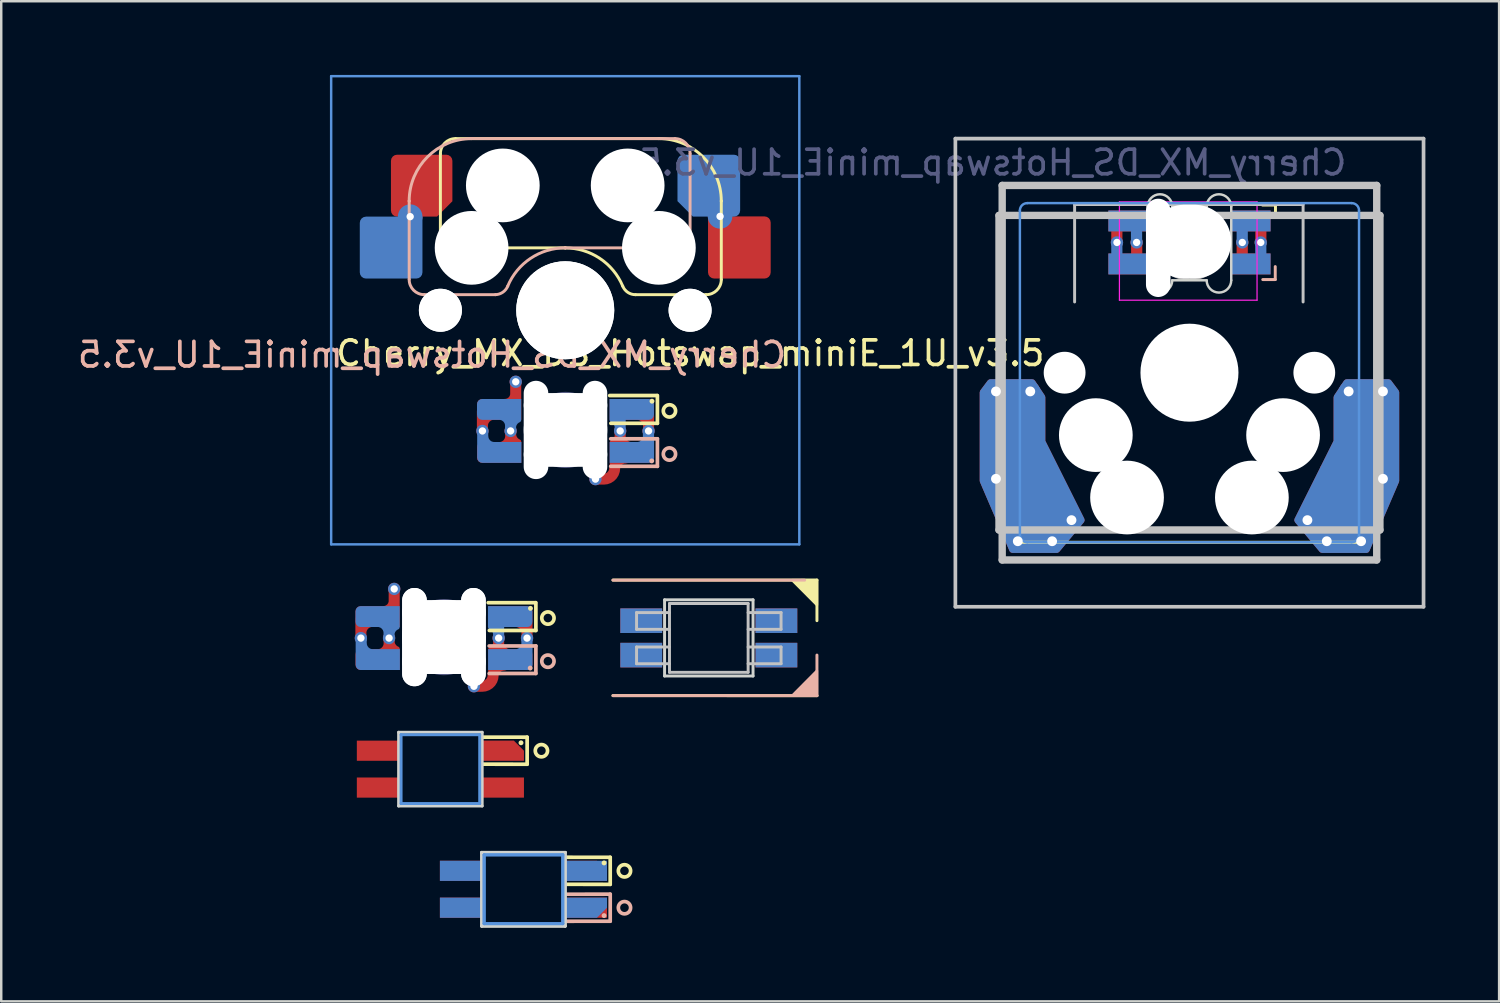
<source format=kicad_pcb>
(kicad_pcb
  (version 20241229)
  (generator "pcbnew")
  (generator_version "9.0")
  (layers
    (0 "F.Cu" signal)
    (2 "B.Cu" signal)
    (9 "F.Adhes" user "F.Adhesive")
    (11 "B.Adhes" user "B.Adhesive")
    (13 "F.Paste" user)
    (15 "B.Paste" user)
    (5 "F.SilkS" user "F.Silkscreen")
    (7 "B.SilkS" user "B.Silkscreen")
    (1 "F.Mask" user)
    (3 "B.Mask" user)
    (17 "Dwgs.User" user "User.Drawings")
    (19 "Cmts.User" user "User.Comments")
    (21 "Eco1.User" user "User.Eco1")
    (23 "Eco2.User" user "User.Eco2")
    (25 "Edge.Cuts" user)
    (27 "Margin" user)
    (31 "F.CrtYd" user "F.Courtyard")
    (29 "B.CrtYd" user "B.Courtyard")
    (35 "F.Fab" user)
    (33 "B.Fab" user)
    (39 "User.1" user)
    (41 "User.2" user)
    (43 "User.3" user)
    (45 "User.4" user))
  (footprint "Cherry_MX_DS_Hotswap_miniE_1U_v3.5"
    (layer "F.Cu")
    (at 19.95 9.575)
    (property "Reference" "Cherry_MX_DS_Hotswap_miniE_1U_v3.5" (at -5.42 1.81 0) (layer "B.SilkS") (effects (font (size 1 1) (thickness 0.15)) (justify mirror)))
    (attr through_hole)
    (fp_poly (pts (xy 23.65 7.34) (xy 22.15 7.34) (xy 22.15 6.59) (xy 23.65 6.59)) (stroke (width 0.1) (type solid)) (fill yes) (layer "F.Mask"))
    (fp_poly (pts (xy 28.65 7.34) (xy 27.15 7.34) (xy 27.15 6.59) (xy 28.65 6.59)) (stroke (width 0.1) (type solid)) (fill yes) (layer "F.Mask"))
    (fp_poly (pts (xy 28.65 9.09) (xy 27.15 9.09) (xy 27.15 8.34) (xy 28.65 8.34)) (stroke (width 0.1) (type solid)) (fill yes) (layer "F.Mask"))
    (fp_poly (pts (xy 23.65 9.09) (xy 22.55 9.09) (xy 22.15 8.69) (xy 22.15 8.34) (xy 23.65 8.34)) (stroke (width 0.1) (type solid)) (fill yes) (layer "F.Mask"))
    (fp_poly (pts (xy 23.65 9.09) (xy 22.15 9.09) (xy 22.15 8.34) (xy 23.65 8.34)) (stroke (width 0.1) (type solid)) (fill yes) (layer "B.Mask"))
    (fp_poly (pts (xy 28.65 7.34) (xy 27.15 7.34) (xy 27.15 6.59) (xy 28.65 6.59)) (stroke (width 0.1) (type solid)) (fill yes) (layer "B.Mask"))
    (fp_poly (pts (xy 28.65 9.09) (xy 27.15 9.09) (xy 27.15 8.34) (xy 28.65 8.34)) (stroke (width 0.1) (type solid)) (fill yes) (layer "B.Mask"))
    (fp_poly (pts (xy 23.65 7.34) (xy 22.15 7.34) (xy 22.15 7.015) (xy 22.55 6.59) (xy 23.65 6.59)) (stroke (width 0.1) (type solid)) (fill yes) (layer "B.Mask"))
    (fp_line (start -5.08 -6.36) (end -5.08 -2.54) (stroke (width 0.12) (type solid)) (layer "F.SilkS"))
    (fp_line (start -5.08 -2.54) (end -5.08 -2.54) (stroke (width 0.12) (type solid)) (layer "F.SilkS"))
    (fp_line (start -5.08 -2.54) (end -5.08 -2.54) (stroke (width 0.12) (type solid)) (layer "F.SilkS"))
    (fp_line (start -4.46 -6.985) (end 3.81 -6.985) (stroke (width 0.12) (type solid)) (layer "F.SilkS"))
    (fp_line (start -3.35 17.37) (end -1.55 17.372) (stroke (width 0.15) (type solid)) (layer "F.SilkS"))
    (fp_line (start -3.135 11.899) (end -1.211 11.899) (stroke (width 0.15) (type solid)) (layer "F.SilkS"))
    (fp_line (start -1.55 17.372) (end -1.55 18.472) (stroke (width 0.15) (type solid)) (layer "F.SilkS"))
    (fp_line (start -1.55 18.472) (end -3.354 18.47) (stroke (width 0.15) (type solid)) (layer "F.SilkS"))
    (fp_line (start -1.195 11.899) (end -1.195 13.029) (stroke (width 0.15) (type solid)) (layer "F.SilkS"))
    (fp_line (start -1.195 13.029) (end -3.089 13.029) (stroke (width 0.15) (type solid)) (layer "F.SilkS"))
    (fp_line (start 0 -2.54) (end -5.08 -2.54) (stroke (width 0.12) (type solid)) (layer "F.SilkS"))
    (fp_line (start 0 -2.54) (end 0 -2.54) (stroke (width 0.12) (type solid)) (layer "F.SilkS"))
    (fp_line (start 0.03 22.258) (end 1.83 22.26) (stroke (width 0.15) (type solid)) (layer "F.SilkS"))
    (fp_line (start 1.81 3.47) (end 3.734 3.47) (stroke (width 0.15) (type solid)) (layer "F.SilkS"))
    (fp_line (start 1.83 22.26) (end 1.83 23.36) (stroke (width 0.15) (type solid)) (layer "F.SilkS"))
    (fp_line (start 1.83 23.36) (end 0.026 23.358) (stroke (width 0.15) (type solid)) (layer "F.SilkS"))
    (fp_line (start 1.942 10.979) (end 10.242 10.979) (stroke (width 0.12) (type solid)) (layer "F.SilkS"))
    (fp_line (start 2.86 -0.635) (end 5.72 -0.635) (stroke (width 0.12) (type solid)) (layer "F.SilkS"))
    (fp_line (start 3.75 3.47) (end 3.75 4.6) (stroke (width 0.15) (type solid)) (layer "F.SilkS"))
    (fp_line (start 3.75 4.6) (end 1.856 4.6) (stroke (width 0.15) (type solid)) (layer "F.SilkS"))
    (fp_line (start 3.81 -6.985) (end 3.81 -6.985) (stroke (width 0.12) (type solid)) (layer "F.SilkS"))
    (fp_line (start 6.35 -4.445) (end 6.35 -4.445) (stroke (width 0.12) (type solid)) (layer "F.SilkS"))
    (fp_line (start 6.35 -1.25) (end 6.35 -4.445) (stroke (width 0.12) (type solid)) (layer "F.SilkS"))
    (fp_line (start 10.242 10.979) (end 10.242 12.63) (stroke (width 0.12) (type solid)) (layer "F.SilkS"))
    (fp_line (start 10.242 15.682) (end 1.942 15.679) (stroke (width 0.12) (type solid)) (layer "F.SilkS"))
    (fp_line (start 18.5 9.44) (end 32.3 9.44) (stroke (width 0.12) (type solid)) (layer "F.SilkS"))
    (fp_line (start 28.9 -4.281) (end 28.372 -4.281) (stroke (width 0.12) (type solid)) (layer "F.SilkS"))
    (fp_line (start 28.9 -3.773) (end 28.9 -4.281) (stroke (width 0.12) (type solid)) (layer "F.SilkS"))
    (fp_arc (start -5.08 -6.37) (mid -4.899871 -6.804871) (end -4.465 -6.985) (stroke (width 0.12) (type default)) (layer "F.SilkS"))
    (fp_arc (start 0 -2.536928) (mid 1.405313 -2.11213) (end 2.34 -0.98) (stroke (width 0.12) (type solid)) (layer "F.SilkS"))
    (fp_arc (start 2.859999 -0.633863) (mid 2.547381 -0.727883) (end 2.34 -0.98) (stroke (width 0.12) (type default)) (layer "F.SilkS"))
    (fp_arc (start 3.81 -6.985) (mid 5.606051 -6.241051) (end 6.35 -4.445) (stroke (width 0.12) (type solid)) (layer "F.SilkS"))
    (fp_arc (start 6.350129 -1.25) (mid 6.169985 -0.815144) (end 5.735129 -0.635) (stroke (width 0.12) (type default)) (layer "F.SilkS"))
    (fp_circle (center -1.8 17.6) (end -1.7 17.6) (stroke (width 0) (type solid)) (fill yes) (layer "F.SilkS"))
    (fp_circle (center -1.415 12.129) (end -1.315 12.129) (stroke (width 0) (type solid)) (fill yes) (layer "F.SilkS"))
    (fp_circle (center -0.97 17.922) (end -0.72 17.922) (stroke (width 0.15) (type default)) (fill no) (layer "F.SilkS"))
    (fp_circle (center -0.705 12.524) (end -0.455 12.524) (stroke (width 0.15) (type default)) (fill no) (layer "F.SilkS"))
    (fp_circle (center 1.58 22.488) (end 1.68 22.488) (stroke (width 0) (type solid)) (fill yes) (layer "F.SilkS"))
    (fp_circle (center 2.41 22.81) (end 2.66 22.81) (stroke (width 0.15) (type default)) (fill no) (layer "F.SilkS"))
    (fp_circle (center 3.53 3.7) (end 3.63 3.7) (stroke (width 0) (type solid)) (fill yes) (layer "F.SilkS"))
    (fp_circle (center 4.24 4.095) (end 4.49 4.095) (stroke (width 0.15) (type default)) (fill no) (layer "F.SilkS"))
    (fp_poly (pts (xy 9.234 10.982) (xy 10.242 10.979) (xy 10.242 11.995)) (stroke (width 0.1) (type solid)) (fill yes) (layer "F.SilkS"))
    (fp_line (start -6.35 -4.445) (end -6.35 -4.445) (stroke (width 0.12) (type solid)) (layer "B.SilkS"))
    (fp_line (start -6.35 -4.445) (end -6.35 -1.26) (stroke (width 0.12) (type solid)) (layer "B.SilkS"))
    (fp_line (start -5.73 -0.635) (end -2.84 -0.635) (stroke (width 0.12) (type solid)) (layer "B.SilkS"))
    (fp_line (start -3.81 -6.985) (end -3.81 -6.985) (stroke (width 0.12) (type solid)) (layer "B.SilkS"))
    (fp_line (start -3.81 -6.985) (end 4.46 -6.985) (stroke (width 0.12) (type solid)) (layer "B.SilkS"))
    (fp_line (start -1.195 13.659) (end -3.095 13.659) (stroke (width 0.15) (type solid)) (layer "B.SilkS"))
    (fp_line (start -1.195 13.659) (end -1.195 14.779) (stroke (width 0.15) (type solid)) (layer "B.SilkS"))
    (fp_line (start -1.195 14.779) (end -3.095 14.779) (stroke (width 0.15) (type solid)) (layer "B.SilkS"))
    (fp_line (start 0 -2.54) (end 0 -2.54) (stroke (width 0.12) (type solid)) (layer "B.SilkS"))
    (fp_line (start 0 -2.54) (end 5.08 -2.54) (stroke (width 0.12) (type solid)) (layer "B.SilkS"))
    (fp_line (start 0.03 24.862) (end 1.83 24.86) (stroke (width 0.15) (type solid)) (layer "B.SilkS"))
    (fp_line (start 1.83 23.76) (end 0.026 23.762) (stroke (width 0.15) (type solid)) (layer "B.SilkS"))
    (fp_line (start 1.83 24.86) (end 1.83 23.76) (stroke (width 0.15) (type solid)) (layer "B.SilkS"))
    (fp_line (start 1.942 15.682) (end 10.242 15.682) (stroke (width 0.12) (type solid)) (layer "B.SilkS"))
    (fp_line (start 3.75 5.23) (end 1.85 5.23) (stroke (width 0.15) (type solid)) (layer "B.SilkS"))
    (fp_line (start 3.75 5.23) (end 3.75 6.35) (stroke (width 0.15) (type solid)) (layer "B.SilkS"))
    (fp_line (start 3.75 6.35) (end 1.85 6.35) (stroke (width 0.15) (type solid)) (layer "B.SilkS"))
    (fp_line (start 5.08 -6.37) (end 5.08 -2.54) (stroke (width 0.12) (type solid)) (layer "B.SilkS"))
    (fp_line (start 5.08 -2.54) (end 5.08 -2.54) (stroke (width 0.12) (type solid)) (layer "B.SilkS"))
    (fp_line (start 5.08 -2.54) (end 5.08 -2.54) (stroke (width 0.12) (type solid)) (layer "B.SilkS"))
    (fp_line (start 9.742 10.982) (end 1.942 10.982) (stroke (width 0.12) (type solid)) (layer "B.SilkS"))
    (fp_line (start 10.242 15.682) (end 10.242 14.031) (stroke (width 0.12) (type solid)) (layer "B.SilkS"))
    (fp_line (start 28.383 -1.249) (end 28.891 -1.249) (stroke (width 0.12) (type solid)) (layer "B.SilkS"))
    (fp_line (start 28.891 -1.249) (end 28.891 -1.777) (stroke (width 0.12) (type solid)) (layer "B.SilkS"))
    (fp_arc (start -6.35 -4.445) (mid -5.606051 -6.241051) (end -3.81 -6.985) (stroke (width 0.12) (type solid)) (layer "B.SilkS"))
    (fp_arc (start -5.735 -0.635) (mid -6.169871 -0.815129) (end -6.35 -1.25) (stroke (width 0.12) (type default)) (layer "B.SilkS"))
    (fp_arc (start -2.34 -0.983072) (mid -1.405313 -2.115202) (end 0 -2.54) (stroke (width 0.12) (type solid)) (layer "B.SilkS"))
    (fp_arc (start -2.34 -0.980845) (mid -2.539137 -0.734326) (end -2.840072 -0.635) (stroke (width 0.12) (type default)) (layer "B.SilkS"))
    (fp_arc (start 4.465129 -6.985) (mid 4.899999 -6.80487) (end 5.080129 -6.37) (stroke (width 0.12) (type default)) (layer "B.SilkS"))
    (fp_circle (center -1.425 14.559) (end -1.525 14.559) (stroke (width 0) (type solid)) (fill yes) (layer "B.SilkS"))
    (fp_circle (center -0.705 14.279) (end -0.955 14.279) (stroke (width 0.15) (type default)) (fill no) (layer "B.SilkS"))
    (fp_circle (center 1.58 24.632) (end 1.68 24.632) (stroke (width 0) (type solid)) (fill yes) (layer "B.SilkS"))
    (fp_circle (center 2.41 24.31) (end 2.66 24.31) (stroke (width 0.15) (type default)) (fill no) (layer "B.SilkS"))
    (fp_circle (center 3.52 6.13) (end 3.42 6.13) (stroke (width 0) (type solid)) (fill yes) (layer "B.SilkS"))
    (fp_circle (center 4.24 5.85) (end 3.99 5.85) (stroke (width 0.15) (type default)) (fill no) (layer "B.SilkS"))
    (fp_poly (pts (xy 10.242 14.666) (xy 10.242 15.682) (xy 9.234 15.682)) (stroke (width 0.1) (type solid)) (fill yes) (layer "B.SilkS"))
    (fp_line (start -5.235 13.299) (end -4.635 13.299) (stroke (width 0.12) (type solid)) (layer "Dwgs.User"))
    (fp_line (start -4.935 12.999) (end -4.935 13.599) (stroke (width 0.12) (type solid)) (layer "Dwgs.User"))
    (fp_line (start -0.29 4.87) (end 0.31 4.87) (stroke (width 0.12) (type solid)) (layer "Dwgs.User"))
    (fp_line (start 0.01 4.57) (end 0.01 5.17) (stroke (width 0.12) (type solid)) (layer "Dwgs.User"))
    (fp_line (start 2.902 12.302) (end 2.902 12.982) (stroke (width 0.12) (type solid)) (layer "Dwgs.User"))
    (fp_line (start 2.902 12.982) (end 4.242 12.982) (stroke (width 0.12) (type solid)) (layer "Dwgs.User"))
    (fp_line (start 2.902 13.702) (end 2.902 14.382) (stroke (width 0.12) (type solid)) (layer "Dwgs.User"))
    (fp_line (start 2.902 14.382) (end 4.242 14.382) (stroke (width 0.12) (type solid)) (layer "Dwgs.User"))
    (fp_line (start 4.242 12.302) (end 2.902 12.302) (stroke (width 0.12) (type solid)) (layer "Dwgs.User"))
    (fp_line (start 4.242 13.702) (end 2.902 13.702) (stroke (width 0.12) (type solid)) (layer "Dwgs.User"))
    (fp_line (start 4.242 14.732) (end 4.242 11.932) (stroke (width 0.12) (type solid)) (layer "Dwgs.User"))
    (fp_line (start 7.442 11.932) (end 4.242 11.932) (stroke (width 0.12) (type solid)) (layer "Dwgs.User"))
    (fp_line (start 7.442 12.982) (end 8.782 12.982) (stroke (width 0.12) (type solid)) (layer "Dwgs.User"))
    (fp_line (start 7.442 14.382) (end 8.782 14.382) (stroke (width 0.12) (type solid)) (layer "Dwgs.User"))
    (fp_line (start 7.442 14.732) (end 4.242 14.732) (stroke (width 0.12) (type solid)) (layer "Dwgs.User"))
    (fp_line (start 7.442 14.732) (end 7.442 11.932) (stroke (width 0.12) (type solid)) (layer "Dwgs.User"))
    (fp_line (start 8.782 12.302) (end 7.442 12.302) (stroke (width 0.12) (type solid)) (layer "Dwgs.User"))
    (fp_line (start 8.782 12.982) (end 8.782 12.302) (stroke (width 0.12) (type solid)) (layer "Dwgs.User"))
    (fp_line (start 8.782 13.702) (end 7.442 13.702) (stroke (width 0.12) (type solid)) (layer "Dwgs.User"))
    (fp_line (start 8.782 14.382) (end 8.782 13.702) (stroke (width 0.12) (type solid)) (layer "Dwgs.User"))
    (fp_line (start 15.875 -6.985) (end 34.925 -6.985) (stroke (width 0.15) (type solid)) (layer "Dwgs.User"))
    (fp_line (start 15.875 12.065) (end 15.875 -6.985) (stroke (width 0.15) (type solid)) (layer "Dwgs.User"))
    (fp_line (start 17.65 -3.86) (end 17.65 8.94) (stroke (width 0.3) (type solid)) (layer "Dwgs.User"))
    (fp_line (start 17.65 8.94) (end 33.15 8.94) (stroke (width 0.3) (type solid)) (layer "Dwgs.User"))
    (fp_line (start 17.78 -5.08) (end 33.02 -5.08) (stroke (width 0.3) (type solid)) (layer "Dwgs.User"))
    (fp_line (start 17.78 10.16) (end 17.78 -5.08) (stroke (width 0.3) (type solid)) (layer "Dwgs.User"))
    (fp_line (start 20.727 -4.302) (end 20.727 -0.339) (stroke (width 0.12) (type solid)) (layer "Dwgs.User"))
    (fp_line (start 25.1 -2.72) (end 25.7 -2.72) (stroke (width 0.12) (type solid)) (layer "Dwgs.User"))
    (fp_line (start 25.4 -2.42) (end 25.4 -3.02) (stroke (width 0.12) (type solid)) (layer "Dwgs.User"))
    (fp_line (start 30.024 -4.302) (end 20.727 -4.302) (stroke (width 0.12) (type solid)) (layer "Dwgs.User"))
    (fp_line (start 30.024 -4.302) (end 30.024 -0.339) (stroke (width 0.12) (type solid)) (layer "Dwgs.User"))
    (fp_line (start 33.02 -5.08) (end 33.02 10.16) (stroke (width 0.3) (type solid)) (layer "Dwgs.User"))
    (fp_line (start 33.02 10.16) (end 17.78 10.16) (stroke (width 0.3) (type solid)) (layer "Dwgs.User"))
    (fp_line (start 33.15 -3.86) (end 17.65 -3.86) (stroke (width 0.3) (type solid)) (layer "Dwgs.User"))
    (fp_line (start 33.15 -3.86) (end 33.15 8.94) (stroke (width 0.3) (type solid)) (layer "Dwgs.User"))
    (fp_line (start 34.925 -6.985) (end 34.925 12.065) (stroke (width 0.15) (type solid)) (layer "Dwgs.User"))
    (fp_line (start 34.925 12.065) (end 15.875 12.065) (stroke (width 0.15) (type solid)) (layer "Dwgs.User"))
    (fp_line (start -9.525 -9.525) (end -9.525 9.525) (stroke (width 0.1) (type solid)) (layer "Cmts.User"))
    (fp_line (start -6.68 17.272) (end -3.48 17.272) (stroke (width 0.12) (type solid)) (layer "Cmts.User"))
    (fp_line (start -6.68 20.072) (end -6.68 17.272) (stroke (width 0.12) (type solid)) (layer "Cmts.User"))
    (fp_line (start -3.48 17.272) (end -3.48 20.072) (stroke (width 0.12) (type solid)) (layer "Cmts.User"))
    (fp_line (start -3.48 20.072) (end -6.68 20.072) (stroke (width 0.12) (type solid)) (layer "Cmts.User"))
    (fp_line (start -3.3 22.16) (end -3.3 24.96) (stroke (width 0.12) (type solid)) (layer "Cmts.User"))
    (fp_line (start -3.3 22.16) (end -0.1 22.16) (stroke (width 0.12) (type solid)) (layer "Cmts.User"))
    (fp_line (start -3.3 24.96) (end -3.3 22.16) (stroke (width 0.12) (type solid)) (layer "Cmts.User"))
    (fp_line (start -3.3 24.96) (end -0.1 24.96) (stroke (width 0.12) (type solid)) (layer "Cmts.User"))
    (fp_line (start -0.1 22.16) (end -3.3 22.16) (stroke (width 0.12) (type solid)) (layer "Cmts.User"))
    (fp_line (start -0.1 22.16) (end -0.1 24.96) (stroke (width 0.12) (type solid)) (layer "Cmts.User"))
    (fp_line (start -0.1 24.96) (end -3.3 24.96) (stroke (width 0.12) (type solid)) (layer "Cmts.User"))
    (fp_line (start -0.1 24.96) (end -0.1 22.16) (stroke (width 0.12) (type solid)) (layer "Cmts.User"))
    (fp_line (start 9.525 -9.525) (end -9.525 -9.525) (stroke (width 0.1) (type solid)) (layer "Cmts.User"))
    (fp_line (start 9.525 -9.525) (end 9.525 9.525) (stroke (width 0.1) (type solid)) (layer "Cmts.User"))
    (fp_line (start 9.525 9.525) (end -9.525 9.525) (stroke (width 0.1) (type solid)) (layer "Cmts.User"))
    (fp_line (start 18.5 -4.06) (end 18.5 9.14) (stroke (width 0.1) (type solid)) (layer "Cmts.User"))
    (fp_line (start 18.8 9.44) (end 32 9.44) (stroke (width 0.1) (type solid)) (layer "Cmts.User"))
    (fp_line (start 32 -4.36) (end 18.8 -4.36) (stroke (width 0.1) (type solid)) (layer "Cmts.User"))
    (fp_line (start 32.3 9.14) (end 32.3 -4.06) (stroke (width 0.1) (type solid)) (layer "Cmts.User"))
    (fp_arc (start 18.5 -4.06) (mid 18.587868 -4.272132) (end 18.8 -4.36) (stroke (width 0.1) (type solid)) (layer "Cmts.User"))
    (fp_arc (start 18.8 9.44) (mid 18.587868 9.352132) (end 18.5 9.14) (stroke (width 0.1) (type solid)) (layer "Cmts.User"))
    (fp_arc (start 32 -4.36) (mid 32.212132 -4.272132) (end 32.3 -4.06) (stroke (width 0.1) (type solid)) (layer "Cmts.User"))
    (fp_arc (start 32.3 9.14) (mid 32.212132 9.352132) (end 32 9.44) (stroke (width 0.1) (type solid)) (layer "Cmts.User"))
    (fp_line (start 18.45 9.19) (end 18.45 -4.11) (stroke (width 0.1) (type solid)) (layer "Eco1.User"))
    (fp_line (start 18.75 9.49) (end 32.05 9.49) (stroke (width 0.1) (type solid)) (layer "Eco1.User"))
    (fp_line (start 32.05 -4.41) (end 18.75 -4.41) (stroke (width 0.1) (type solid)) (layer "Eco1.User"))
    (fp_line (start 32.35 9.19) (end 32.35 -4.11) (stroke (width 0.1) (type solid)) (layer "Eco1.User"))
    (fp_arc (start 18.45 -4.11) (mid 18.537868 -4.322132) (end 18.75 -4.41) (stroke (width 0.1) (type solid)) (layer "Eco1.User"))
    (fp_arc (start 18.75 9.49) (mid 18.537868 9.402132) (end 18.45 9.19) (stroke (width 0.1) (type solid)) (layer "Eco1.User"))
    (fp_arc (start 32.05 -4.41) (mid 32.262132 -4.322132) (end 32.35 -4.11) (stroke (width 0.1) (type solid)) (layer "Eco1.User"))
    (fp_arc (start 32.35 9.19) (mid 32.262132 9.402132) (end 32.05 9.49) (stroke (width 0.1) (type solid)) (layer "Eco1.User"))
    (fp_line (start 16.4 -6.46) (end 34.4 -6.46) (stroke (width 0.12) (type solid)) (layer "Eco2.User"))
    (fp_line (start 16.4 11.54) (end 16.4 -6.46) (stroke (width 0.12) (type solid)) (layer "Eco2.User"))
    (fp_line (start 34.4 -6.46) (end 34.4 11.54) (stroke (width 0.12) (type solid)) (layer "Eco2.User"))
    (fp_line (start 34.4 11.54) (end 16.4 11.54) (stroke (width 0.12) (type solid)) (layer "Eco2.User"))
    (fp_line (start -6.78 17.172) (end -3.38 17.172) (stroke (width 0.12) (type solid)) (layer "Edge.Cuts"))
    (fp_line (start -6.78 20.172) (end -6.78 17.172) (stroke (width 0.12) (type solid)) (layer "Edge.Cuts"))
    (fp_line (start -3.4 22.06) (end -3.4 25.06) (stroke (width 0.12) (type solid)) (layer "Edge.Cuts"))
    (fp_line (start -3.4 22.06) (end 0 22.06) (stroke (width 0.12) (type solid)) (layer "Edge.Cuts"))
    (fp_line (start -3.4 25.06) (end -3.4 22.06) (stroke (width 0.12) (type solid)) (layer "Edge.Cuts"))
    (fp_line (start -3.4 25.06) (end 0 25.06) (stroke (width 0.12) (type solid)) (layer "Edge.Cuts"))
    (fp_line (start -3.38 17.172) (end -3.38 20.172) (stroke (width 0.12) (type solid)) (layer "Edge.Cuts"))
    (fp_line (start -3.38 20.172) (end -6.78 20.172) (stroke (width 0.12) (type solid)) (layer "Edge.Cuts"))
    (fp_line (start 0 22.06) (end -3.4 22.06) (stroke (width 0.12) (type solid)) (layer "Edge.Cuts"))
    (fp_line (start 0 22.06) (end 0 25.06) (stroke (width 0.12) (type solid)) (layer "Edge.Cuts"))
    (fp_line (start 0 25.06) (end -3.4 25.06) (stroke (width 0.12) (type solid)) (layer "Edge.Cuts"))
    (fp_line (start 0 25.06) (end 0 22.06) (stroke (width 0.12) (type solid)) (layer "Edge.Cuts"))
    (fp_line (start 4.042 11.782) (end 4.042 14.882) (stroke (width 0.12) (type solid)) (layer "Edge.Cuts"))
    (fp_line (start 4.042 14.882) (end 7.642 14.882) (stroke (width 0.12) (type solid)) (layer "Edge.Cuts"))
    (fp_line (start 7.642 11.782) (end 4.042 11.782) (stroke (width 0.12) (type solid)) (layer "Edge.Cuts"))
    (fp_line (start 7.642 14.882) (end 7.642 11.782) (stroke (width 0.12) (type solid)) (layer "Edge.Cuts"))
    (fp_line (start 23.7 -4.22) (end 23.7 -1.22) (stroke (width 0.1) (type solid)) (layer "Edge.Cuts"))
    (fp_line (start 24.7 -4.22) (end 26.1 -4.22) (stroke (width 0.1) (type solid)) (layer "Edge.Cuts"))
    (fp_line (start 24.7 -1.22) (end 26.1 -1.22) (stroke (width 0.1) (type solid)) (layer "Edge.Cuts"))
    (fp_line (start 27.1 -1.22) (end 27.1 -4.22) (stroke (width 0.1) (type solid)) (layer "Edge.Cuts"))
    (fp_arc (start 23.7 -4.22) (mid 24.2 -4.72) (end 24.7 -4.22) (stroke (width 0.1) (type solid)) (layer "Edge.Cuts"))
    (fp_arc (start 24.7 -1.22) (mid 24.2 -0.72) (end 23.7 -1.22) (stroke (width 0.1) (type solid)) (layer "Edge.Cuts"))
    (fp_arc (start 26.1 -4.22) (mid 26.6 -4.72) (end 27.1 -4.22) (stroke (width 0.1) (type solid)) (layer "Edge.Cuts"))
    (fp_arc (start 27.1 -1.22) (mid 26.6 -0.72) (end 26.1 -1.22) (stroke (width 0.1) (type solid)) (layer "Edge.Cuts"))
    (fp_line (start 22.55 -4.41) (end 22.55 -0.41) (stroke (width 0.05) (type solid)) (layer "F.CrtYd"))
    (fp_line (start 22.55 -0.41) (end 28.15 -0.41) (stroke (width 0.05) (type solid)) (layer "F.CrtYd"))
    (fp_line (start 28.15 -4.41) (end 22.55 -4.41) (stroke (width 0.05) (type solid)) (layer "F.CrtYd"))
    (fp_line (start 28.15 -0.41) (end 28.15 -4.41) (stroke (width 0.05) (type solid)) (layer "F.CrtYd"))
    (fp_circle (center -4.935 13.299) (end -4.935 14.799) (stroke (width 0.1) (type solid)) (fill no) (layer "B.Fab"))
    (fp_circle (center 0.01 4.87) (end 0.01 6.37) (stroke (width 0.1) (type solid)) (fill no) (layer "B.Fab"))
    (fp_circle (center 25.4 -2.76) (end 25.4 -4.26) (stroke (width 0.1) (type solid)) (fill no) (layer "F.Fab"))
    (fp_rect (start 7 -7) (end -7 7) (stroke (width 0.12) (type default)) (fill no) (layer "User.4"))
    (fp_text user "${REFERENCE}" (at 5.09 1.75 0) (layer "F.SilkS") (effects (font (size 1 1) (thickness 0.15))))
    (fp_text user "${REFERENCE}" (at 17.375 -6.01 180) (layer "B.Fab") (effects (font (size 1 1) (thickness 0.15)) (justify mirror)))
    (pad "" smd roundrect (at -7.625 14.214 180) (size 1.82 0.85) (layers "F.Mask") (roundrect_rratio 0.25) (chamfer_ratio 0) (chamfer top_left bottom_left))
    (pad "" smd roundrect (at -7.625 12.464) (size 1.82 0.85) (layers "B.Mask") (roundrect_rratio 0.25) (chamfer_ratio 0) (chamfer top_right bottom_right))
    (pad "" smd roundrect (at -7.625 12.464 180) (size 1.82 0.84) (layers "F.Mask") (roundrect_rratio 0.25) (chamfer_ratio 0) (chamfer top_left bottom_left))
    (pad "" smd roundrect (at -7.62 14.224) (size 1.83 0.85) (layers "B.Mask") (roundrect_rratio 0.25) (chamfer_ratio 0) (chamfer top_right bottom_right))
    (pad "" np_thru_hole oval (at -6.135 13.299) (size 1 4) (drill oval 1 4) (layers "*.Cu" "*.Mask"))
    (pad "" np_thru_hole oval (at -6.135 13.299) (size 1 4) (drill oval 1 4) (layers "*.Cu" "*.Mask"))
    (pad "" np_thru_hole circle (at -5.08 0) (size 1.75 1.75) (drill 1.75) (layers "*.Cu" "*.Mask"))
    (pad "" np_thru_hole circle (at -5.08 0) (size 1.75 1.75) (drill 1.75) (layers "*.Cu" "*.Mask"))
    (pad "" np_thru_hole oval (at -4.935 12.299 90) (size 1 3.4) (drill oval 1 3.4) (layers "*.Cu" "*.Mask"))
    (pad "" np_thru_hole oval (at -4.935 12.299 90) (size 1 3.4) (drill oval 1 3.4) (layers "*.Cu" "*.Mask"))
    (pad "" np_thru_hole oval (at -4.935 13.299 90) (size 3 3.4) (drill oval 3 3.4) (layers "*.Cu" "*.Mask"))
    (pad "" np_thru_hole oval (at -4.935 13.299 90) (size 3 3.4) (drill oval 3 3.4) (layers "*.Cu" "*.Mask"))
    (pad "" np_thru_hole oval (at -4.935 14.299 90) (size 1 3.4) (drill oval 1 3.4) (layers "*.Cu" "*.Mask"))
    (pad "" np_thru_hole oval (at -4.935 14.299 90) (size 1 3.4) (drill oval 1 3.4) (layers "*.Cu" "*.Mask"))
    (pad "" np_thru_hole circle (at -3.81 -2.54) (size 3 3) (drill 3) (layers "*.Cu" "*.Mask"))
    (pad "" np_thru_hole oval (at -3.735 13.299) (size 1 4) (drill oval 1 4) (layers "*.Cu" "*.Mask"))
    (pad "" np_thru_hole oval (at -3.735 13.299) (size 1 4) (drill oval 1 4) (layers "*.Cu" "*.Mask"))
    (pad "" smd roundrect (at -2.68 5.785 180) (size 1.82 0.85) (layers "F.Mask") (roundrect_rratio 0.25) (chamfer_ratio 0) (chamfer top_left bottom_left))
    (pad "" smd roundrect (at -2.68 4.035) (size 1.82 0.85) (layers "B.Mask") (roundrect_rratio 0.25) (chamfer_ratio 0) (chamfer top_right bottom_right))
    (pad "" smd roundrect (at -2.68 4.035 180) (size 1.82 0.84) (layers "F.Mask") (roundrect_rratio 0.25) (chamfer_ratio 0) (chamfer top_left bottom_left))
    (pad "" smd roundrect (at -2.675 5.795) (size 1.83 0.85) (layers "B.Mask") (roundrect_rratio 0.25) (chamfer_ratio 0) (chamfer top_right bottom_right))
    (pad "" np_thru_hole circle (at -2.54 -5.08) (size 3 3) (drill 3) (layers "*.Cu" "*.Mask"))
    (pad "" smd rect (at -2.465 14.219 180) (size 1.38 0.84) (layers "B.Mask"))
    (pad "" smd rect (at -2.465 12.459) (size 1.38 0.84) (layers "F.Mask"))
    (pad "" smd roundrect (at -2.25 12.464 180) (size 1.83 0.85) (layers "B.Mask") (roundrect_rratio 0.25) (chamfer_ratio 0) (chamfer top_right bottom_right))
    (pad "" smd roundrect (at -2.245 14.209) (size 1.82 0.84) (layers "F.Mask") (roundrect_rratio 0.25) (chamfer_ratio 0) (chamfer top_left bottom_left))
    (pad "" smd roundrect (at -2.08 14.219 180) (size 1.49 0.84) (layers "B.Mask") (roundrect_rratio 0.25) (chamfer_ratio 0.5) (chamfer top_left))
    (pad "" smd roundrect (at -2.08 12.459) (size 1.49 0.84) (layers "F.Mask") (roundrect_rratio 0.25) (chamfer_ratio 0.5) (chamfer top_right))
    (pad "" np_thru_hole oval (at -1.19 4.87) (size 1 4) (drill oval 1 4) (layers "*.Cu" "*.Mask"))
    (pad "" np_thru_hole circle (at 0 0) (size 3.988 3.988) (drill 3.988) (layers "*.Cu" "*.Mask"))
    (pad "" np_thru_hole circle (at 0 0) (size 3.988 3.988) (drill 3.988) (layers "*.Cu" "*.Mask"))
    (pad "" np_thru_hole oval (at 0.01 3.87 90) (size 1 3.4) (drill oval 1 3.4) (layers "*.Cu" "*.Mask"))
    (pad "" np_thru_hole oval (at 0.01 4.87 90) (size 3 3.4) (drill oval 3 3.4) (layers "*.Cu" "*.Mask"))
    (pad "" np_thru_hole oval (at 0.01 5.87 90) (size 1 3.4) (drill oval 1 3.4) (layers "*.Cu" "*.Mask"))
    (pad "" np_thru_hole oval (at 1.21 4.87) (size 1 4) (drill oval 1 4) (layers "*.Cu" "*.Mask"))
    (pad "" smd rect (at 2.48 5.79 180) (size 1.38 0.84) (layers "B.Mask"))
    (pad "" smd rect (at 2.48 4.03) (size 1.38 0.84) (layers "F.Mask"))
    (pad "" np_thru_hole circle (at 2.54 -5.08) (size 3 3) (drill 3) (layers "*.Cu" "*.Mask"))
    (pad "" smd roundrect (at 2.695 4.035 180) (size 1.83 0.85) (layers "B.Mask") (roundrect_rratio 0.25) (chamfer_ratio 0) (chamfer top_right bottom_right))
    (pad "" smd roundrect (at 2.7 5.78) (size 1.82 0.84) (layers "F.Mask") (roundrect_rratio 0.25) (chamfer_ratio 0) (chamfer top_left bottom_left))
    (pad "" smd roundrect (at 2.865 5.79 180) (size 1.49 0.84) (layers "B.Mask") (roundrect_rratio 0.25) (chamfer_ratio 0.5) (chamfer top_left))
    (pad "" smd roundrect (at 2.865 4.03) (size 1.49 0.84) (layers "F.Mask") (roundrect_rratio 0.25) (chamfer_ratio 0.5) (chamfer top_right))
    (pad "" np_thru_hole circle (at 3.81 -2.54) (size 3 3) (drill 3) (layers "*.Cu" "*.Mask"))
    (pad "" np_thru_hole circle (at 5.08 0) (size 1.75 1.75) (drill 1.75) (layers "*.Cu" "*.Mask"))
    (pad "" np_thru_hole circle (at 5.08 0) (size 1.75 1.75) (drill 1.75) (layers "*.Cu" "*.Mask"))
    (pad "" np_thru_hole circle (at 20.32 2.54 180) (size 1.702 1.702) (drill 1.702) (layers "*.Cu" "*.Mask"))
    (pad "" np_thru_hole circle (at 21.59 5.08 180) (size 3 3) (drill 3) (layers "*.Cu" "*.Mask"))
    (pad "" np_thru_hole circle (at 22.86 7.62 180) (size 3 3) (drill 3) (layers "*.Cu" "*.Mask"))
    (pad "" np_thru_hole oval (at 24.13 -2.54) (size 1 4) (drill oval 1 4) (layers "*.Cu" "*.Mask"))
    (pad "" np_thru_hole oval (at 25.4 -2.794 90) (size 3 3.4) (drill oval 3 3.4) (layers "*.Cu" "*.Mask"))
    (pad "" np_thru_hole circle (at 25.4 2.54 180) (size 3.988 3.988) (drill 3.988) (layers "*.Cu" "*.Mask"))
    (pad "" np_thru_hole circle (at 27.94 7.62 180) (size 3 3) (drill 3) (layers "*.Cu" "*.Mask"))
    (pad "" np_thru_hole circle (at 29.21 5.08 180) (size 3 3) (drill 3) (layers "*.Cu" "*.Mask"))
    (pad "" np_thru_hole circle (at 30.48 2.54 180) (size 1.7 1.7) (drill 1.7) (layers "*.Cu" "*.Mask"))
    (pad "1" smd custom (at -7.635 12.464 180) (size 0.85 0.85) (layers "B.Cu") (options (anchor circle)) (primitives (gr_arc (start 0 -0.225) (mid -0.311126 -0.353874) (end -0.44 -0.665) (width 0.4)) (gr_arc (start -0.588284 -0.744999) (mid -0.645593 -0.555573) (end -0.798298 -0.429684) (width 0.2)) (gr_line (start -0.466 -0.184) (end -0.466 -0.874) (width 0.45)) (gr_poly (pts (xy 0.9 -0.212) (xy 0.884 -0.294) (xy 0.838 -0.363) (xy 0.769 -0.409) (xy 0.688 -0.425) (xy -0.9 -0.425) (xy -0.9 0.425) (xy 0.688 0.425) (xy 0.769 0.409) (xy 0.838 0.363) (xy 0.884 0.294) (xy 0.9 0.212)) (width 0) (fill yes))))
    (pad "1" smd custom (at -7.635 14.214 180) (size 0.85 0.85) (layers "F.Cu") (options (anchor circle)) (primitives (gr_poly (pts (xy 0.9 -0.212) (xy 0.884 -0.294) (xy 0.838 -0.363) (xy 0.769 -0.409) (xy 0.688 -0.425) (xy -0.9 -0.425) (xy -0.9 0.425) (xy 0.688 0.425) (xy 0.769 0.409) (xy 0.838 0.363) (xy 0.884 0.294) (xy 0.9 0.212)) (width 0) (fill yes)) (gr_arc (start -0.445 0.665) (mid -0.316126 0.353874) (end -0.005 0.225) (width 0.4)) (gr_arc (start -0.802705 0.435002) (mid -0.650002 0.56089) (end -0.592691 0.750315) (width 0.2)) (gr_line (start -0.47 0.275) (end -0.47 0.875) (width 0.45))))
    (pad "1" smd rect (at -7.63 19.422) (size 1.7 0.82) (layers "F.Cu" "F.Mask" "F.Paste"))
    (pad "1" thru_hole circle (at -7.169 13.339) (size 0.5 0.5) (drill 0.3) (layers "*.Cu"))
    (pad "1" smd rect (at -4.25 22.81 180) (size 1.7 0.82) (layers "B.Cu" "B.Mask" "B.Paste"))
    (pad "1" smd rect (at -4.25 24.31) (size 1.7 0.82) (layers "F.Cu" "F.Mask" "F.Paste"))
    (pad "1" smd custom (at -2.69 4.035 180) (size 0.85 0.85) (layers "B.Cu") (options (anchor circle)) (primitives (gr_arc (start 0 -0.225) (mid -0.311126 -0.353874) (end -0.44 -0.665) (width 0.4)) (gr_arc (start -0.588284 -0.744999) (mid -0.645593 -0.555573) (end -0.798298 -0.429684) (width 0.2)) (gr_line (start -0.466 -0.184) (end -0.466 -0.874) (width 0.45)) (gr_poly (pts (xy 0.9 -0.212) (xy 0.884 -0.294) (xy 0.838 -0.363) (xy 0.769 -0.409) (xy 0.688 -0.425) (xy -0.9 -0.425) (xy -0.9 0.425) (xy 0.688 0.425) (xy 0.769 0.409) (xy 0.838 0.363) (xy 0.884 0.294) (xy 0.9 0.212)) (width 0) (fill yes))))
    (pad "1" smd custom (at -2.69 5.785 180) (size 0.85 0.85) (layers "F.Cu") (options (anchor circle)) (primitives (gr_poly (pts (xy 0.9 -0.212) (xy 0.884 -0.294) (xy 0.838 -0.363) (xy 0.769 -0.409) (xy 0.688 -0.425) (xy -0.9 -0.425) (xy -0.9 0.425) (xy 0.688 0.425) (xy 0.769 0.409) (xy 0.838 0.363) (xy 0.884 0.294) (xy 0.9 0.212)) (width 0) (fill yes)) (gr_arc (start -0.445 0.665) (mid -0.316126 0.353874) (end -0.005 0.225) (width 0.4)) (gr_arc (start -0.802705 0.435002) (mid -0.650002 0.56089) (end -0.592691 0.750315) (width 0.2)) (gr_line (start -0.47 0.275) (end -0.47 0.875) (width 0.45))))
    (pad "1" thru_hole circle (at -2.224 4.91) (size 0.5 0.5) (drill 0.3) (layers "*.Cu"))
    (pad "1" smd rect (at 3.092 12.632 180) (size 1.7 1) (layers "B.Cu" "B.Mask" "B.Paste"))
    (pad "1" smd rect (at 3.092 14.032 180) (size 1.7 1) (layers "F.Cu" "F.Mask" "F.Paste"))
    (pad "1" smd custom (at 22.9 -3.635) (size 1.6 0.85) (layers "B.Cu") (options (anchor rect)) (primitives (gr_poly (pts (xy 0.525 0.896) (xy 0.169 0.896) (xy 0.169 0.325) (xy 0.525 0.325)) (width 0.1) (fill yes))))
    (pad "1" smd custom (at 22.9 -1.885) (size 1.6 0.85) (layers "F.Cu") (options (anchor rect)) (primitives (gr_poly (pts (xy 0.531 -0.275) (xy 0.175 -0.275) (xy 0.175 -0.898) (xy 0.531 -0.898)) (width 0.1) (fill yes))))
    (pad "1" thru_hole circle (at 23.25 -2.76 180) (size 0.5 0.5) (drill 0.3) (layers "*.Cu"))
    (pad "2" thru_hole circle (at -8.315 13.339) (size 0.5 0.5) (drill 0.3) (layers "*.Cu"))
    (pad "2" smd custom (at -7.635 12.464) (size 0.85 0.85) (layers "F.Cu") (options (anchor circle)) (primitives (gr_poly (pts (xy 0.9 -0.425) (xy -0.688 -0.425) (xy -0.769 -0.409) (xy -0.838 -0.363) (xy -0.884 -0.294) (xy -0.9 -0.212) (xy -0.9 0.212) (xy -0.884 0.294) (xy -0.838 0.363) (xy -0.769 0.409) (xy -0.688 0.425) (xy 0.9 0.425)) (width 0) (fill yes)) (gr_line (start 0.675 -0.225) (end 0.675 -1.125) (width 0.45)) (gr_arc (start 0.675 -0.645) (mid 0.546126 -0.333874) (end 0.235 -0.205) (width 0.45)) (gr_line (start -0.68 0.075) (end -0.68 0.875) (width 0.45)) (gr_arc (start -0.655 0.665) (mid -0.526126 0.353874) (end -0.215 0.225) (width 0.4))))
    (pad "2" smd rect (at -7.63 17.922) (size 1.7 0.82) (layers "F.Cu" "F.Mask" "F.Paste"))
    (pad "2" smd custom (at -7.628 14.214) (size 0.85 0.85) (layers "B.Cu") (options (anchor circle)) (primitives (gr_arc (start -0.205874 -0.226126) (mid -0.517 -0.355) (end -0.645874 -0.666126) (width 0.4)) (gr_line (start -0.675 -0.135) (end -0.675 -0.875) (width 0.45)) (gr_poly (pts (xy 0.9 -0.425) (xy -0.9 -0.425) (xy -0.9 0.212) (xy -0.884 0.294) (xy -0.838 0.363) (xy -0.769 0.409) (xy -0.688 0.425) (xy 0.9 0.425)) (width 0) (fill yes))))
    (pad "2" thru_hole circle (at -6.96 11.339) (size 0.5 0.5) (drill 0.3) (layers "*.Cu"))
    (pad "2" smd rect (at -4.25 22.81) (size 1.7 0.82) (layers "F.Cu" "F.Mask" "F.Paste"))
    (pad "2" smd rect (at -4.25 24.31 180) (size 1.7 0.82) (layers "B.Cu" "B.Mask" "B.Paste"))
    (pad "2" thru_hole circle (at -3.37 4.91) (size 0.5 0.5) (drill 0.3) (layers "*.Cu"))
    (pad "2" smd custom (at -2.69 4.035) (size 0.85 0.85) (layers "F.Cu") (options (anchor circle)) (primitives (gr_poly (pts (xy 0.9 -0.425) (xy -0.688 -0.425) (xy -0.769 -0.409) (xy -0.838 -0.363) (xy -0.884 -0.294) (xy -0.9 -0.212) (xy -0.9 0.212) (xy -0.884 0.294) (xy -0.838 0.363) (xy -0.769 0.409) (xy -0.688 0.425) (xy 0.9 0.425)) (width 0) (fill yes)) (gr_line (start 0.675 -0.225) (end 0.675 -1.125) (width 0.45)) (gr_arc (start 0.675 -0.645) (mid 0.546126 -0.333874) (end 0.235 -0.205) (width 0.45)) (gr_line (start -0.68 0.075) (end -0.68 0.875) (width 0.45)) (gr_arc (start -0.655 0.665) (mid -0.526126 0.353874) (end -0.215 0.225) (width 0.4))))
    (pad "2" smd custom (at -2.683 5.785) (size 0.85 0.85) (layers "B.Cu") (options (anchor circle)) (primitives (gr_arc (start -0.205874 -0.226126) (mid -0.517 -0.355) (end -0.645874 -0.666126) (width 0.4)) (gr_line (start -0.675 -0.135) (end -0.675 -0.875) (width 0.45)) (gr_poly (pts (xy 0.9 -0.425) (xy -0.9 -0.425) (xy -0.9 0.212) (xy -0.884 0.294) (xy -0.838 0.363) (xy -0.769 0.409) (xy -0.688 0.425) (xy 0.9 0.425)) (width 0) (fill yes))))
    (pad "2" thru_hole circle (at -2.015 2.91) (size 0.5 0.5) (drill 0.3) (layers "*.Cu"))
    (pad "2" smd rect (at 3.092 12.632 180) (size 1.7 1) (layers "F.Cu" "F.Mask" "F.Paste"))
    (pad "2" smd rect (at 3.092 14.032 180) (size 1.7 1) (layers "B.Cu" "B.Mask" "B.Paste"))
    (pad "2" thru_hole circle (at 22.45 -2.76 180) (size 0.5 0.5) (drill 0.3) (layers "*.Cu"))
    (pad "2" smd custom (at 22.9 -3.635 180) (size 1.6 0.85) (layers "F.Cu") (options (anchor rect)) (primitives (gr_poly (pts (xy 0.632 -0.296) (xy 0.277 -0.296) (xy 0.277 -0.869) (xy 0.632 -0.869)) (width 0.1) (fill yes))))
    (pad "2" smd custom (at 22.9 -1.885 180) (size 1.6 0.85) (layers "B.Cu") (options (anchor rect)) (primitives (gr_poly (pts (xy 0.632 0.888) (xy 0.277 0.888) (xy 0.277 0.325) (xy 0.632 0.325)) (width 0.1) (fill yes))))
    (pad "3" smd roundrect (at -2.53 17.922) (size 1.7 0.82) (layers "F.Cu" "F.Mask" "F.Paste") (roundrect_rratio 0) (chamfer_ratio 0.5) (chamfer top_right))
    (pad "3" smd custom (at -2.235 12.464) (size 0.85 0.85) (layers "F.Cu") (options (anchor circle)) (primitives (gr_arc (start 0.215 0.225) (mid 0.526126 0.353874) (end 0.655 0.665) (width 0.4)) (gr_line (start 0.68 0.875) (end 0.68 0.275) (width 0.45)) (gr_poly (pts (xy -0.9 -0.425) (xy 0.688 -0.425) (xy 0.769 -0.409) (xy 0.838 -0.363) (xy 0.884 -0.294) (xy 0.9 -0.212) (xy 0.9 0.212) (xy 0.884 0.294) (xy 0.838 0.363) (xy 0.769 0.409) (xy 0.688 0.425) (xy -0.9 0.425)) (width 0) (fill yes))))
    (pad "3" smd custom (at -2.23 14.214) (size 0.85 0.85) (layers "B.Cu") (options (anchor circle)) (primitives (gr_arc (start 0.645 -0.665) (mid 0.516126 -0.353874) (end 0.205 -0.225) (width 0.4)) (gr_poly (pts (xy 0.494 -0.354) (xy 0.85 -0.354) (xy 0.85 -0.887) (xy 0.494 -0.887)) (width 0.1) (fill yes)) (gr_poly (pts (xy 0.9 -0.425) (xy -0.91 -0.425) (xy -0.91 0.425) (xy 0.688 0.425) (xy 0.769 0.409) (xy 0.838 0.363) (xy 0.884 0.294) (xy 0.9 0.212)) (width 0) (fill yes))))
    (pad "3" thru_hole circle (at -1.555 13.339) (size 0.5 0.5) (drill 0.3) (layers "*.Cu"))
    (pad "3" smd roundrect (at 0.85 22.81) (size 1.7 0.82) (layers "F.Cu" "F.Mask" "F.Paste") (roundrect_rratio 0) (chamfer_ratio 0.5) (chamfer top_right))
    (pad "3" smd roundrect (at 0.85 24.31 180) (size 1.7 0.82) (layers "B.Cu" "B.Mask" "B.Paste") (roundrect_rratio 0) (chamfer_ratio 0.5) (chamfer top_left))
    (pad "3" smd custom (at 2.71 4.035) (size 0.85 0.85) (layers "F.Cu") (options (anchor circle)) (primitives (gr_arc (start 0.215 0.225) (mid 0.526126 0.353874) (end 0.655 0.665) (width 0.4)) (gr_line (start 0.68 0.875) (end 0.68 0.275) (width 0.45)) (gr_poly (pts (xy -0.9 -0.425) (xy 0.688 -0.425) (xy 0.769 -0.409) (xy 0.838 -0.363) (xy 0.884 -0.294) (xy 0.9 -0.212) (xy 0.9 0.212) (xy 0.884 0.294) (xy 0.838 0.363) (xy 0.769 0.409) (xy 0.688 0.425) (xy -0.9 0.425)) (width 0) (fill yes))))
    (pad "3" smd custom (at 2.715 5.785) (size 0.85 0.85) (layers "B.Cu") (options (anchor circle)) (primitives (gr_arc (start 0.645 -0.665) (mid 0.516126 -0.353874) (end 0.205 -0.225) (width 0.4)) (gr_poly (pts (xy 0.494 -0.354) (xy 0.85 -0.354) (xy 0.85 -0.887) (xy 0.494 -0.887)) (width 0.1) (fill yes)) (gr_poly (pts (xy 0.9 -0.425) (xy -0.91 -0.425) (xy -0.91 0.425) (xy 0.688 0.425) (xy 0.769 0.409) (xy 0.838 0.363) (xy 0.884 0.294) (xy 0.9 0.212)) (width 0) (fill yes))))
    (pad "3" thru_hole circle (at 3.39 4.91) (size 0.5 0.5) (drill 0.3) (layers "*.Cu"))
    (pad "3" smd rect (at 8.592 12.632 180) (size 1.7 1) (layers "F.Cu" "F.Mask" "F.Paste"))
    (pad "3" smd rect (at 8.592 14.032 180) (size 1.7 1) (layers "B.Cu" "B.Mask" "B.Paste"))
    (pad "3" smd custom (at 27.9 -3.635 180) (size 1.6 0.85) (layers "F.Cu") (options (anchor rect)) (primitives (gr_poly (pts (xy -0.226 -0.354) (xy -0.582 -0.354) (xy -0.582 -0.887) (xy -0.226 -0.887)) (width 0.1) (fill yes))))
    (pad "3" smd custom (at 27.9 -1.885 180) (size 1.6 0.85) (layers "B.Cu") (options (anchor rect)) (primitives (gr_poly (pts (xy -0.222 0.888) (xy -0.578 0.888) (xy -0.582 0.325) (xy -0.226 0.325)) (width 0.1) (fill yes))))
    (pad "3" thru_hole circle (at 28.3 -2.76 180) (size 0.5 0.5) (drill 0.3) (layers "*.Cu"))
    (pad "4" thru_hole circle (at -3.715 15.299 180) (size 0.5 0.5) (drill 0.3) (layers "*.Cu"))
    (pad "4" thru_hole circle (at -2.71 13.339) (size 0.5 0.5) (drill 0.3) (layers "*.Cu"))
    (pad "4" smd rect (at -2.53 19.422) (size 1.7 0.82) (layers "F.Cu" "F.Mask" "F.Paste"))
    (pad "4" smd custom (at -2.235 12.464 180) (size 0.85 0.85) (layers "B.Cu") (options (anchor circle)) (primitives (gr_line (start 0.475 -0.235) (end 0.475 -0.875) (width 0.45)) (gr_arc (start 0.81 -0.425001) (mid 0.657302 -0.550891) (end 0.600001 -0.740315) (width 0.2)) (gr_poly (pts (xy 0.91 -0.425) (xy -0.688 -0.425) (xy -0.769 -0.409) (xy -0.838 -0.363) (xy -0.884 -0.294) (xy -0.9 -0.212) (xy -0.9 0.212) (xy -0.884 0.294) (xy -0.838 0.363) (xy -0.769 0.409) (xy -0.688 0.425) (xy 0.91 0.425)) (width 0) (fill yes))))
    (pad "4" smd custom (at -2.235 14.214 180) (size 0.85 0.85) (layers "F.Cu") (options (anchor circle)) (primitives (gr_arc (start 0.7 -0.666126) (mid 0.571126 -0.355) (end 0.26 -0.226126) (width 0.45)) (gr_line (start 0.7 -0.165) (end 0.7 -0.645) (width 0.4)) (gr_arc (start 0.7 -0.645) (mid 0.828874 -0.956126) (end 1.14 -1.085) (width 0.45)) (gr_line (start 1.48 -1.085) (end 1.18 -1.085) (width 0.45)) (gr_line (start 0.475 0.275) (end 0.475 0.875) (width 0.45)) (gr_arc (start 0.589986 0.730315) (mid 0.647297 0.540891) (end 0.800002 0.415004) (width 0.2)) (gr_arc (start 0.01 0.225) (mid 0.321126 0.353874) (end 0.45 0.665) (width 0.4)) (gr_poly (pts (xy 0.9 -0.425) (xy -0.688 -0.425) (xy -0.769 -0.409) (xy -0.838 -0.363) (xy -0.884 -0.294) (xy -0.9 -0.212) (xy -0.9 0.212) (xy -0.884 0.294) (xy -0.838 0.363) (xy -0.769 0.409) (xy -0.688 0.425) (xy 0.9 0.425)) (width 0) (fill yes))))
    (pad "4" smd rect (at 0.85 22.81 180) (size 1.7 0.82) (layers "B.Cu" "B.Mask" "B.Paste"))
    (pad "4" smd rect (at 0.85 24.31) (size 1.7 0.82) (layers "F.Cu" "F.Mask" "F.Paste"))
    (pad "4" thru_hole circle (at 1.23 6.87 180) (size 0.5 0.5) (drill 0.3) (layers "*.Cu"))
    (pad "4" thru_hole circle (at 2.235 4.91) (size 0.5 0.5) (drill 0.3) (layers "*.Cu"))
    (pad "4" smd custom (at 2.71 4.035 180) (size 0.85 0.85) (layers "B.Cu") (options (anchor circle)) (primitives (gr_line (start 0.475 -0.235) (end 0.475 -0.875) (width 0.45)) (gr_arc (start 0.81 -0.425001) (mid 0.657302 -0.550891) (end 0.600001 -0.740315) (width 0.2)) (gr_poly (pts (xy 0.91 -0.425) (xy -0.688 -0.425) (xy -0.769 -0.409) (xy -0.838 -0.363) (xy -0.884 -0.294) (xy -0.9 -0.212) (xy -0.9 0.212) (xy -0.884 0.294) (xy -0.838 0.363) (xy -0.769 0.409) (xy -0.688 0.425) (xy 0.91 0.425)) (width 0) (fill yes))))
    (pad "4" smd custom (at 2.71 5.785 180) (size 0.85 0.85) (layers "F.Cu") (options (anchor circle)) (primitives (gr_arc (start 0.7 -0.666126) (mid 0.571126 -0.355) (end 0.26 -0.226126) (width 0.45)) (gr_line (start 0.7 -0.165) (end 0.7 -0.645) (width 0.4)) (gr_arc (start 0.7 -0.645) (mid 0.828874 -0.956126) (end 1.14 -1.085) (width 0.45)) (gr_line (start 1.48 -1.085) (end 1.18 -1.085) (width 0.45)) (gr_line (start 0.475 0.275) (end 0.475 0.875) (width 0.45)) (gr_arc (start 0.589986 0.730315) (mid 0.647297 0.540891) (end 0.800002 0.415004) (width 0.2)) (gr_arc (start 0.01 0.225) (mid 0.321126 0.353874) (end 0.45 0.665) (width 0.4)) (gr_poly (pts (xy 0.9 -0.425) (xy -0.688 -0.425) (xy -0.769 -0.409) (xy -0.838 -0.363) (xy -0.884 -0.294) (xy -0.9 -0.212) (xy -0.9 0.212) (xy -0.884 0.294) (xy -0.838 0.363) (xy -0.769 0.409) (xy -0.688 0.425) (xy 0.9 0.425)) (width 0) (fill yes))))
    (pad "4" smd rect (at 8.592 12.632 180) (size 1.7 1) (layers "B.Cu" "B.Mask" "B.Paste"))
    (pad "4" smd rect (at 8.592 14.032 180) (size 1.7 1) (layers "F.Cu" "F.Mask" "F.Paste"))
    (pad "4" thru_hole circle (at 27.55 -2.76) (size 0.5 0.5) (drill 0.3) (layers "*.Cu"))
    (pad "4" smd custom (at 27.9 -3.635) (size 1.6 0.85) (layers "B.Cu") (options (anchor rect)) (primitives (gr_poly (pts (xy -0.175 0.886) (xy -0.531 0.886) (xy -0.531 0.175) (xy -0.175 0.175)) (width 0.1) (fill yes))))
    (pad "4" smd custom (at 27.9 -1.885) (size 1.6 0.85) (layers "F.Cu") (options (anchor rect)) (primitives (gr_poly (pts (xy -0.175 -0.175) (xy -0.531 -0.178) (xy -0.531 -0.903) (xy -0.175 -0.906)) (width 0.1) (fill yes))))
    (pad "5" smd roundrect (at 5.842 -5.07) (size 2.55 2.52) (layers "B.Cu" "B.Mask" "B.Paste") (roundrect_rratio 0.1) (chamfer_ratio 0.25) (chamfer bottom_left))
    (pad "5" thru_hole circle (at 6.3 -3.82) (size 1 1) (drill 0.3) (layers "*.Cu"))
    (pad "5" smd roundrect (at 7.085 -2.555) (size 2.55 2.53) (layers "F.Cu" "F.Mask" "F.Paste") (roundrect_rratio 0.1) (chamfer_ratio 0) (chamfer top_left))
    (pad "5" thru_hole circle (at 30.2 8.54 180) (size 0.8 0.8) (drill 0.4) (layers "*.Cu"))
    (pad "5" thru_hole circle (at 30.988 9.398 180) (size 0.8 0.8) (drill 0.4) (layers "*.Cu"))
    (pad "5" smd rect (at 31.799 7.607) (size 2.15 2.5) (layers "F.Cu" "F.Mask"))
    (pad "5" thru_hole circle (at 31.877 3.302 180) (size 0.8 0.8) (drill 0.4) (layers "*.Cu"))
    (pad "5" smd custom (at 31.899 7.607) (size 2.15 2.5) (layers "F.Cu") (options (anchor rect)) (primitives (gr_poly (pts (xy 1.901 -4.267) (xy 1.901 -0.667) (xy 0.701 2.133) (xy -1.099 2.133) (xy -2.099 0.933) (xy -0.499 -2.267) (xy -0.499 -4.067) (xy -0.099 -4.667) (xy 1.601 -4.667)) (width 0.27) (fill yes))))
    (pad "5" thru_hole circle (at 32.385 9.398 180) (size 0.8 0.8) (drill 0.4) (layers "*.Cu"))
    (pad "5" smd rect (at 32.6 5.08) (size 2.35 2.5) (layers "B.Cu" "B.Mask"))
    (pad "5" smd custom (at 32.685 5.08) (size 2.35 2.5) (layers "B.Cu") (options (anchor rect)) (primitives (gr_poly (pts (xy 1.115 -1.74) (xy 1.115 1.86) (xy -0.085 4.66) (xy -1.885 4.66) (xy -2.885 3.46) (xy -1.285 0.26) (xy -1.285 -1.54) (xy -0.885 -2.14) (xy 0.815 -2.14)) (width 0.27) (fill yes))))
    (pad "5" thru_hole circle (at 33.274 3.302 180) (size 0.8 0.8) (drill 0.4) (layers "*.Cu"))
    (pad "5" thru_hole circle (at 33.274 6.858 180) (size 0.8 0.8) (drill 0.4) (layers "*.Cu"))
    (pad "6" smd roundrect (at -7.085 -2.55) (size 2.55 2.52) (layers "B.Cu" "B.Mask" "B.Paste") (roundrect_rratio 0.1) (chamfer_ratio 0) (chamfer top_right))
    (pad "6" thru_hole circle (at -6.31 -3.81) (size 1 1) (drill 0.3) (layers "*.Cu"))
    (pad "6" smd roundrect (at -5.842 -5.07) (size 2.5 2.52) (layers "F.Cu" "F.Mask" "F.Paste") (roundrect_rratio 0.1) (chamfer_ratio 0.25) (chamfer bottom_right))
    (pad "6" thru_hole circle (at 17.526 3.302 180) (size 0.8 0.8) (drill 0.4) (layers "*.Cu"))
    (pad "6" thru_hole circle (at 17.526 6.858 180) (size 0.8 0.8) (drill 0.4) (layers "*.Cu"))
    (pad "6" smd rect (at 18.188 5.08 180) (size 2.35 2.5) (layers "F.Cu" "F.Mask"))
    (pad "6" smd custom (at 18.188 5.08) (size 2.35 2.5) (layers "F.Cu") (options (anchor rect)) (primitives (gr_poly (pts (xy 1.212 -1.54) (xy 1.212 0.26) (xy 2.812 3.46) (xy 1.812 4.66) (xy 0.012 4.66) (xy -1.188 1.86) (xy -1.188 -1.74) (xy -0.888 -2.14) (xy 0.812 -2.14)) (width 0.27) (fill yes))))
    (pad "6" thru_hole circle (at 18.415 9.398 180) (size 0.8 0.8) (drill 0.4) (layers "*.Cu"))
    (pad "6" thru_hole circle (at 18.923 3.302 180) (size 0.8 0.8) (drill 0.4) (layers "*.Cu"))
    (pad "6" smd rect (at 18.975 7.607 180) (size 2.15 2.5) (layers "B.Cu" "B.Mask"))
    (pad "6" smd custom (at 18.975 7.607) (size 2.15 2.5) (layers "B.Cu") (options (anchor rect)) (primitives (gr_poly (pts (xy 0.425 -4.067) (xy 0.425 -2.267) (xy 2.025 0.933) (xy 1.025 2.133) (xy -0.775 2.133) (xy -1.975 -0.667) (xy -1.975 -4.267) (xy -1.675 -4.667) (xy 0.025 -4.667)) (width 0.27) (fill yes))))
    (pad "6" thru_hole circle (at 19.812 9.398 180) (size 0.8 0.8) (drill 0.4) (layers "*.Cu"))
    (pad "6" thru_hole circle (at 20.6 8.54 180) (size 0.8 0.8) (drill 0.4) (layers "*.Cu")))
  (gr_rect
    (start -3 -3)
    (end 57.95 37.695)
    (stroke (width 0.1) (type default))
    (fill no)
    (layer "Edge.Cuts")))
</source>
